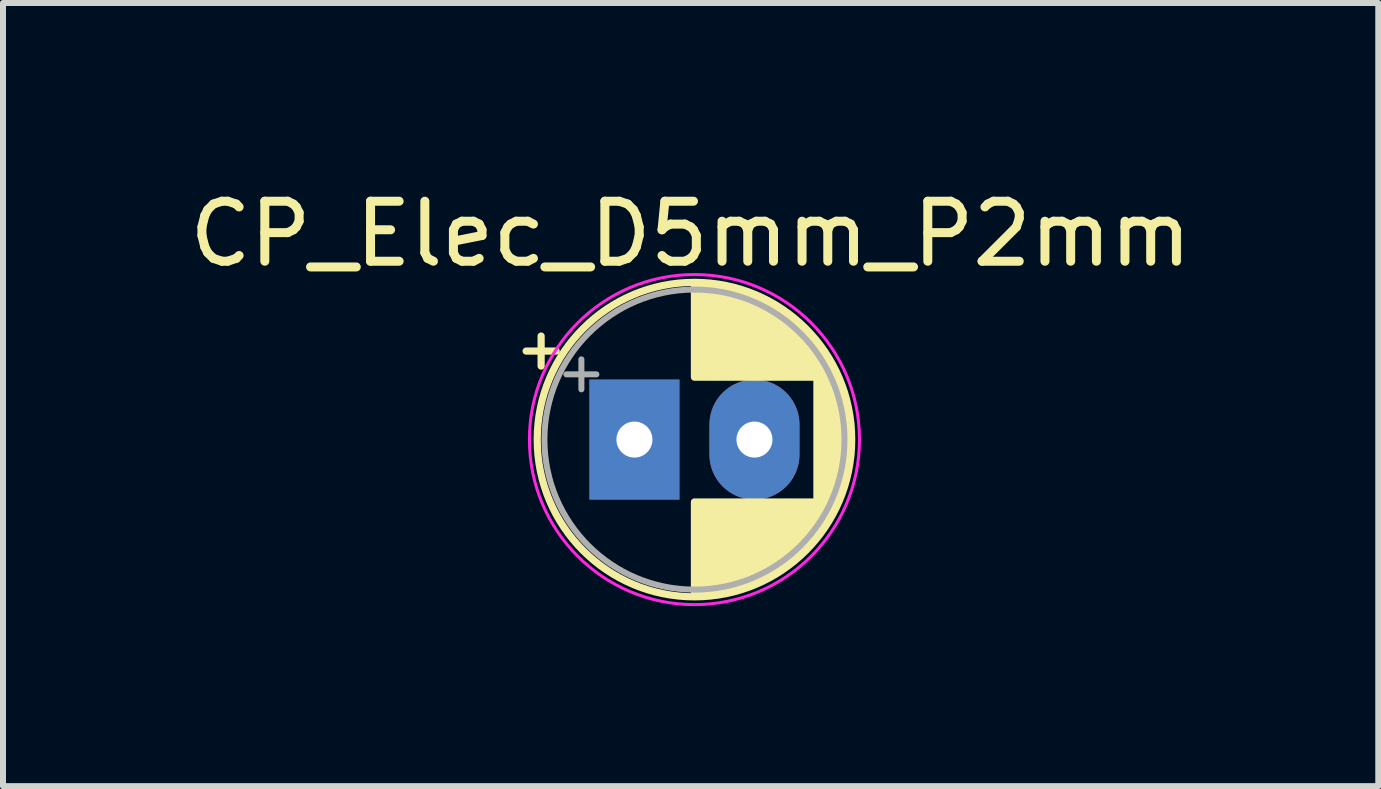
<source format=kicad_pcb>
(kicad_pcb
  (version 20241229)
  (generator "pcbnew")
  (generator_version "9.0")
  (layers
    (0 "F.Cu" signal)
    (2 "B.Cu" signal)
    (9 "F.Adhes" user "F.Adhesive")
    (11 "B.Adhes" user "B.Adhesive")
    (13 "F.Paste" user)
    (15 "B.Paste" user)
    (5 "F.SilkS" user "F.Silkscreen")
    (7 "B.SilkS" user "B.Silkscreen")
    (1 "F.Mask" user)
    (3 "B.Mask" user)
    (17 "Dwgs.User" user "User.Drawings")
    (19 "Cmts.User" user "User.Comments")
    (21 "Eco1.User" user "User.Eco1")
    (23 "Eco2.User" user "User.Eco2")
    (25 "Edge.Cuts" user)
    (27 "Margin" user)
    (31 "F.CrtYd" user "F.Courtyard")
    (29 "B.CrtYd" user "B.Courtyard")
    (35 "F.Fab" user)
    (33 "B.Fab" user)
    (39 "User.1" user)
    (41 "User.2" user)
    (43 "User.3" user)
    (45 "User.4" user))
  (footprint "CP_Elec_D5mm_P2mm"
    (layer "F.Cu")
    (at 8.458 4.248)
    (property "Reference" "CP_Elec_D5mm_P2mm" (at 0 -3.4 0) (unlocked yes) (layer "F.SilkS") (effects (font (size 1 1) (thickness 0.15))))
    (attr through_hole)
    (fp_line (start -2.741 -1.448) (end -2.241 -1.448) (stroke (width 0.12) (type solid)) (layer "F.SilkS"))
    (fp_line (start -2.491 -1.698) (end -2.491 -1.198) (stroke (width 0.12) (type solid)) (layer "F.SilkS"))
    (fp_line (start 0.064 -2.553) (end 0.064 -1.013) (stroke (width 0.12) (type solid)) (layer "F.SilkS"))
    (fp_line (start 0.064 1.067) (end 0.064 2.607) (stroke (width 0.12) (type solid)) (layer "F.SilkS"))
    (fp_line (start 0.104 -2.553) (end 0.104 -1.013) (stroke (width 0.12) (type solid)) (layer "F.SilkS"))
    (fp_line (start 0.104 1.067) (end 0.104 2.607) (stroke (width 0.12) (type solid)) (layer "F.SilkS"))
    (fp_line (start 0.144 -2.552) (end 0.144 -1.013) (stroke (width 0.12) (type solid)) (layer "F.SilkS"))
    (fp_line (start 0.144 1.067) (end 0.144 2.606) (stroke (width 0.12) (type solid)) (layer "F.SilkS"))
    (fp_line (start 0.184 -2.551) (end 0.184 -1.013) (stroke (width 0.12) (type solid)) (layer "F.SilkS"))
    (fp_line (start 0.184 1.067) (end 0.184 2.605) (stroke (width 0.12) (type solid)) (layer "F.SilkS"))
    (fp_line (start 0.224 -2.549) (end 0.224 -1.013) (stroke (width 0.12) (type solid)) (layer "F.SilkS"))
    (fp_line (start 0.224 1.067) (end 0.224 2.603) (stroke (width 0.12) (type solid)) (layer "F.SilkS"))
    (fp_line (start 0.264 -2.546) (end 0.264 -1.013) (stroke (width 0.12) (type solid)) (layer "F.SilkS"))
    (fp_line (start 0.264 1.067) (end 0.264 2.6) (stroke (width 0.12) (type solid)) (layer "F.SilkS"))
    (fp_line (start 0.304 -2.542) (end 0.304 -1.013) (stroke (width 0.12) (type solid)) (layer "F.SilkS"))
    (fp_line (start 0.304 1.067) (end 0.304 2.596) (stroke (width 0.12) (type solid)) (layer "F.SilkS"))
    (fp_line (start 0.344 -2.538) (end 0.344 -1.013) (stroke (width 0.12) (type solid)) (layer "F.SilkS"))
    (fp_line (start 0.344 1.067) (end 0.344 2.592) (stroke (width 0.12) (type solid)) (layer "F.SilkS"))
    (fp_line (start 0.384 -2.534) (end 0.384 -1.013) (stroke (width 0.12) (type solid)) (layer "F.SilkS"))
    (fp_line (start 0.384 1.067) (end 0.384 2.588) (stroke (width 0.12) (type solid)) (layer "F.SilkS"))
    (fp_line (start 0.424 -2.529) (end 0.424 -1.013) (stroke (width 0.12) (type solid)) (layer "F.SilkS"))
    (fp_line (start 0.424 1.067) (end 0.424 2.583) (stroke (width 0.12) (type solid)) (layer "F.SilkS"))
    (fp_line (start 0.464 -2.523) (end 0.464 -1.013) (stroke (width 0.12) (type solid)) (layer "F.SilkS"))
    (fp_line (start 0.464 1.067) (end 0.464 2.577) (stroke (width 0.12) (type solid)) (layer "F.SilkS"))
    (fp_line (start 0.504 -2.516) (end 0.504 -1.013) (stroke (width 0.12) (type solid)) (layer "F.SilkS"))
    (fp_line (start 0.504 1.067) (end 0.504 2.57) (stroke (width 0.12) (type solid)) (layer "F.SilkS"))
    (fp_line (start 0.544 -2.509) (end 0.544 -1.013) (stroke (width 0.12) (type solid)) (layer "F.SilkS"))
    (fp_line (start 0.544 1.067) (end 0.544 2.563) (stroke (width 0.12) (type solid)) (layer "F.SilkS"))
    (fp_line (start 0.584 -2.501) (end 0.584 -1.013) (stroke (width 0.12) (type solid)) (layer "F.SilkS"))
    (fp_line (start 0.584 1.067) (end 0.584 2.555) (stroke (width 0.12) (type solid)) (layer "F.SilkS"))
    (fp_line (start 0.624 -2.493) (end 0.624 -1.013) (stroke (width 0.12) (type solid)) (layer "F.SilkS"))
    (fp_line (start 0.624 1.067) (end 0.624 2.547) (stroke (width 0.12) (type solid)) (layer "F.SilkS"))
    (fp_line (start 0.664 -2.484) (end 0.664 -1.013) (stroke (width 0.12) (type solid)) (layer "F.SilkS"))
    (fp_line (start 0.664 1.067) (end 0.664 2.538) (stroke (width 0.12) (type solid)) (layer "F.SilkS"))
    (fp_line (start 0.704 -2.474) (end 0.704 -1.013) (stroke (width 0.12) (type solid)) (layer "F.SilkS"))
    (fp_line (start 0.704 1.067) (end 0.704 2.528) (stroke (width 0.12) (type solid)) (layer "F.SilkS"))
    (fp_line (start 0.744 -2.464) (end 0.744 -1.013) (stroke (width 0.12) (type solid)) (layer "F.SilkS"))
    (fp_line (start 0.744 1.067) (end 0.744 2.518) (stroke (width 0.12) (type solid)) (layer "F.SilkS"))
    (fp_line (start 0.785 -2.453) (end 0.785 -1.013) (stroke (width 0.12) (type solid)) (layer "F.SilkS"))
    (fp_line (start 0.785 1.067) (end 0.785 2.507) (stroke (width 0.12) (type solid)) (layer "F.SilkS"))
    (fp_line (start 0.825 -2.441) (end 0.825 -1.013) (stroke (width 0.12) (type solid)) (layer "F.SilkS"))
    (fp_line (start 0.825 1.067) (end 0.825 2.495) (stroke (width 0.12) (type solid)) (layer "F.SilkS"))
    (fp_line (start 0.865 -2.428) (end 0.865 -1.013) (stroke (width 0.12) (type solid)) (layer "F.SilkS"))
    (fp_line (start 0.865 1.067) (end 0.865 2.482) (stroke (width 0.12) (type solid)) (layer "F.SilkS"))
    (fp_line (start 0.905 -2.415) (end 0.905 -1.013) (stroke (width 0.12) (type solid)) (layer "F.SilkS"))
    (fp_line (start 0.905 1.067) (end 0.905 2.469) (stroke (width 0.12) (type solid)) (layer "F.SilkS"))
    (fp_line (start 0.945 -2.401) (end 0.945 -1.013) (stroke (width 0.12) (type solid)) (layer "F.SilkS"))
    (fp_line (start 0.945 1.067) (end 0.945 2.455) (stroke (width 0.12) (type solid)) (layer "F.SilkS"))
    (fp_line (start 0.985 -2.387) (end 0.985 -1.013) (stroke (width 0.12) (type solid)) (layer "F.SilkS"))
    (fp_line (start 0.985 1.067) (end 0.985 2.441) (stroke (width 0.12) (type solid)) (layer "F.SilkS"))
    (fp_line (start 1.025 -2.371) (end 1.025 -1.013) (stroke (width 0.12) (type solid)) (layer "F.SilkS"))
    (fp_line (start 1.025 1.067) (end 1.025 2.425) (stroke (width 0.12) (type solid)) (layer "F.SilkS"))
    (fp_line (start 1.065 -2.355) (end 1.065 -1.013) (stroke (width 0.12) (type solid)) (layer "F.SilkS"))
    (fp_line (start 1.065 1.067) (end 1.065 2.409) (stroke (width 0.12) (type solid)) (layer "F.SilkS"))
    (fp_line (start 1.105 -2.338) (end 1.105 -1.013) (stroke (width 0.12) (type solid)) (layer "F.SilkS"))
    (fp_line (start 1.105 1.067) (end 1.105 2.392) (stroke (width 0.12) (type solid)) (layer "F.SilkS"))
    (fp_line (start 1.145 -2.321) (end 1.145 -1.013) (stroke (width 0.12) (type solid)) (layer "F.SilkS"))
    (fp_line (start 1.145 1.067) (end 1.145 2.375) (stroke (width 0.12) (type solid)) (layer "F.SilkS"))
    (fp_line (start 1.185 -2.302) (end 1.185 -1.013) (stroke (width 0.12) (type solid)) (layer "F.SilkS"))
    (fp_line (start 1.185 1.067) (end 1.185 2.356) (stroke (width 0.12) (type solid)) (layer "F.SilkS"))
    (fp_line (start 1.225 -2.283) (end 1.225 -1.013) (stroke (width 0.12) (type solid)) (layer "F.SilkS"))
    (fp_line (start 1.225 1.067) (end 1.225 2.337) (stroke (width 0.12) (type solid)) (layer "F.SilkS"))
    (fp_line (start 1.265 -2.263) (end 1.265 -1.013) (stroke (width 0.12) (type solid)) (layer "F.SilkS"))
    (fp_line (start 1.265 1.067) (end 1.265 2.317) (stroke (width 0.12) (type solid)) (layer "F.SilkS"))
    (fp_line (start 1.305 -2.241) (end 1.305 -1.013) (stroke (width 0.12) (type solid)) (layer "F.SilkS"))
    (fp_line (start 1.305 1.067) (end 1.305 2.295) (stroke (width 0.12) (type solid)) (layer "F.SilkS"))
    (fp_line (start 1.345 -2.22) (end 1.345 -1.013) (stroke (width 0.12) (type solid)) (layer "F.SilkS"))
    (fp_line (start 1.345 1.067) (end 1.345 2.274) (stroke (width 0.12) (type solid)) (layer "F.SilkS"))
    (fp_line (start 1.385 -2.197) (end 1.385 -1.013) (stroke (width 0.12) (type solid)) (layer "F.SilkS"))
    (fp_line (start 1.385 1.067) (end 1.385 2.251) (stroke (width 0.12) (type solid)) (layer "F.SilkS"))
    (fp_line (start 1.425 -2.173) (end 1.425 -1.013) (stroke (width 0.12) (type solid)) (layer "F.SilkS"))
    (fp_line (start 1.425 1.067) (end 1.425 2.227) (stroke (width 0.12) (type solid)) (layer "F.SilkS"))
    (fp_line (start 1.465 -2.148) (end 1.465 -1.013) (stroke (width 0.12) (type solid)) (layer "F.SilkS"))
    (fp_line (start 1.465 1.067) (end 1.465 2.202) (stroke (width 0.12) (type solid)) (layer "F.SilkS"))
    (fp_line (start 1.505 -2.122) (end 1.505 -1.013) (stroke (width 0.12) (type solid)) (layer "F.SilkS"))
    (fp_line (start 1.505 1.067) (end 1.505 2.176) (stroke (width 0.12) (type solid)) (layer "F.SilkS"))
    (fp_line (start 1.545 -2.095) (end 1.545 -1.013) (stroke (width 0.12) (type solid)) (layer "F.SilkS"))
    (fp_line (start 1.545 1.067) (end 1.545 2.149) (stroke (width 0.12) (type solid)) (layer "F.SilkS"))
    (fp_line (start 1.585 -2.068) (end 1.585 -1.013) (stroke (width 0.12) (type solid)) (layer "F.SilkS"))
    (fp_line (start 1.585 1.067) (end 1.585 2.122) (stroke (width 0.12) (type solid)) (layer "F.SilkS"))
    (fp_line (start 1.625 -2.038) (end 1.625 -1.013) (stroke (width 0.12) (type solid)) (layer "F.SilkS"))
    (fp_line (start 1.625 1.067) (end 1.625 2.092) (stroke (width 0.12) (type solid)) (layer "F.SilkS"))
    (fp_line (start 1.665 -2.008) (end 1.665 -1.013) (stroke (width 0.12) (type solid)) (layer "F.SilkS"))
    (fp_line (start 1.665 1.067) (end 1.665 2.062) (stroke (width 0.12) (type solid)) (layer "F.SilkS"))
    (fp_line (start 1.705 -1.977) (end 1.705 -1.013) (stroke (width 0.12) (type solid)) (layer "F.SilkS"))
    (fp_line (start 1.705 1.067) (end 1.705 2.031) (stroke (width 0.12) (type solid)) (layer "F.SilkS"))
    (fp_line (start 1.745 -1.944) (end 1.745 -1.013) (stroke (width 0.12) (type solid)) (layer "F.SilkS"))
    (fp_line (start 1.745 1.067) (end 1.745 1.998) (stroke (width 0.12) (type solid)) (layer "F.SilkS"))
    (fp_line (start 1.785 -1.91) (end 1.785 -1.013) (stroke (width 0.12) (type solid)) (layer "F.SilkS"))
    (fp_line (start 1.785 1.067) (end 1.785 1.964) (stroke (width 0.12) (type solid)) (layer "F.SilkS"))
    (fp_line (start 1.825 -1.874) (end 1.825 -1.013) (stroke (width 0.12) (type solid)) (layer "F.SilkS"))
    (fp_line (start 1.825 1.067) (end 1.825 1.928) (stroke (width 0.12) (type solid)) (layer "F.SilkS"))
    (fp_line (start 1.865 -1.837) (end 1.865 -1.013) (stroke (width 0.12) (type solid)) (layer "F.SilkS"))
    (fp_line (start 1.865 1.067) (end 1.865 1.891) (stroke (width 0.12) (type solid)) (layer "F.SilkS"))
    (fp_line (start 1.905 -1.799) (end 1.905 -1.013) (stroke (width 0.12) (type solid)) (layer "F.SilkS"))
    (fp_line (start 1.905 1.067) (end 1.905 1.853) (stroke (width 0.12) (type solid)) (layer "F.SilkS"))
    (fp_line (start 1.945 -1.758) (end 1.945 -1.013) (stroke (width 0.12) (type solid)) (layer "F.SilkS"))
    (fp_line (start 1.945 1.067) (end 1.945 1.812) (stroke (width 0.12) (type solid)) (layer "F.SilkS"))
    (fp_line (start 1.985 -1.716) (end 1.985 -1.013) (stroke (width 0.12) (type solid)) (layer "F.SilkS"))
    (fp_line (start 1.985 1.067) (end 1.985 1.77) (stroke (width 0.12) (type solid)) (layer "F.SilkS"))
    (fp_line (start 2.025 -1.672) (end 2.025 -1.013) (stroke (width 0.12) (type solid)) (layer "F.SilkS"))
    (fp_line (start 2.025 1.067) (end 2.025 1.726) (stroke (width 0.12) (type solid)) (layer "F.SilkS"))
    (fp_line (start 2.065 -1.626) (end 2.065 -1.013) (stroke (width 0.12) (type solid)) (layer "F.SilkS"))
    (fp_line (start 2.065 1.067) (end 2.065 1.68) (stroke (width 0.12) (type solid)) (layer "F.SilkS"))
    (fp_line (start 2.105 -1.578) (end 2.105 1.632) (stroke (width 0.12) (type solid)) (layer "F.SilkS"))
    (fp_line (start 2.145 -1.527) (end 2.145 1.581) (stroke (width 0.12) (type solid)) (layer "F.SilkS"))
    (fp_line (start 2.185 -1.473) (end 2.185 1.527) (stroke (width 0.12) (type solid)) (layer "F.SilkS"))
    (fp_line (start 2.225 -1.416) (end 2.225 1.47) (stroke (width 0.12) (type solid)) (layer "F.SilkS"))
    (fp_line (start 2.265 -1.356) (end 2.265 1.41) (stroke (width 0.12) (type solid)) (layer "F.SilkS"))
    (fp_line (start 2.305 -1.292) (end 2.305 1.346) (stroke (width 0.12) (type solid)) (layer "F.SilkS"))
    (fp_line (start 2.345 -1.224) (end 2.345 1.278) (stroke (width 0.12) (type solid)) (layer "F.SilkS"))
    (fp_line (start 2.385 -1.151) (end 2.385 1.205) (stroke (width 0.12) (type solid)) (layer "F.SilkS"))
    (fp_line (start 2.425 -1.071) (end 2.425 1.125) (stroke (width 0.12) (type solid)) (layer "F.SilkS"))
    (fp_line (start 2.465 -0.984) (end 2.465 1.038) (stroke (width 0.12) (type solid)) (layer "F.SilkS"))
    (fp_line (start 2.505 -0.888) (end 2.505 0.942) (stroke (width 0.12) (type solid)) (layer "F.SilkS"))
    (fp_line (start 2.545 -0.778) (end 2.545 0.832) (stroke (width 0.12) (type solid)) (layer "F.SilkS"))
    (fp_line (start 2.585 -0.65) (end 2.585 0.704) (stroke (width 0.12) (type solid)) (layer "F.SilkS"))
    (fp_line (start 2.625 -0.491) (end 2.625 0.545) (stroke (width 0.12) (type solid)) (layer "F.SilkS"))
    (fp_line (start 2.665 -0.257) (end 2.665 0.311) (stroke (width 0.12) (type solid)) (layer "F.SilkS"))
    (fp_circle (center 0.064 0.027) (end 2.684 0.027) (stroke (width 0.12) (type solid)) (fill no) (layer "F.SilkS"))
    (fp_circle (center 0.064 0.027) (end 2.814 0.027) (stroke (width 0.05) (type solid)) (fill no) (layer "F.CrtYd"))
    (fp_line (start -2.07 -1.06) (end -1.57 -1.06) (stroke (width 0.1) (type solid)) (layer "F.Fab"))
    (fp_line (start -1.82 -1.31) (end -1.82 -0.81) (stroke (width 0.1) (type solid)) (layer "F.Fab"))
    (fp_circle (center 0.064 0.027) (end 2.564 0.027) (stroke (width 0.1) (type solid)) (fill no) (layer "F.Fab"))
    (pad "1" thru_hole rect (at -0.936 0.027) (size 1.5 2) (drill 0.6) (layers "*.Cu" "*.Mask"))
    (pad "2" thru_hole oval (at 1.064 0.027) (size 1.5 2) (drill 0.6) (layers "*.Cu" "*.Mask")))
  (gr_rect
    (start -3 -3)
    (end 19.917 10.05)
    (stroke (width 0.1) (type default))
    (fill no)
    (layer "Edge.Cuts")))
</source>
